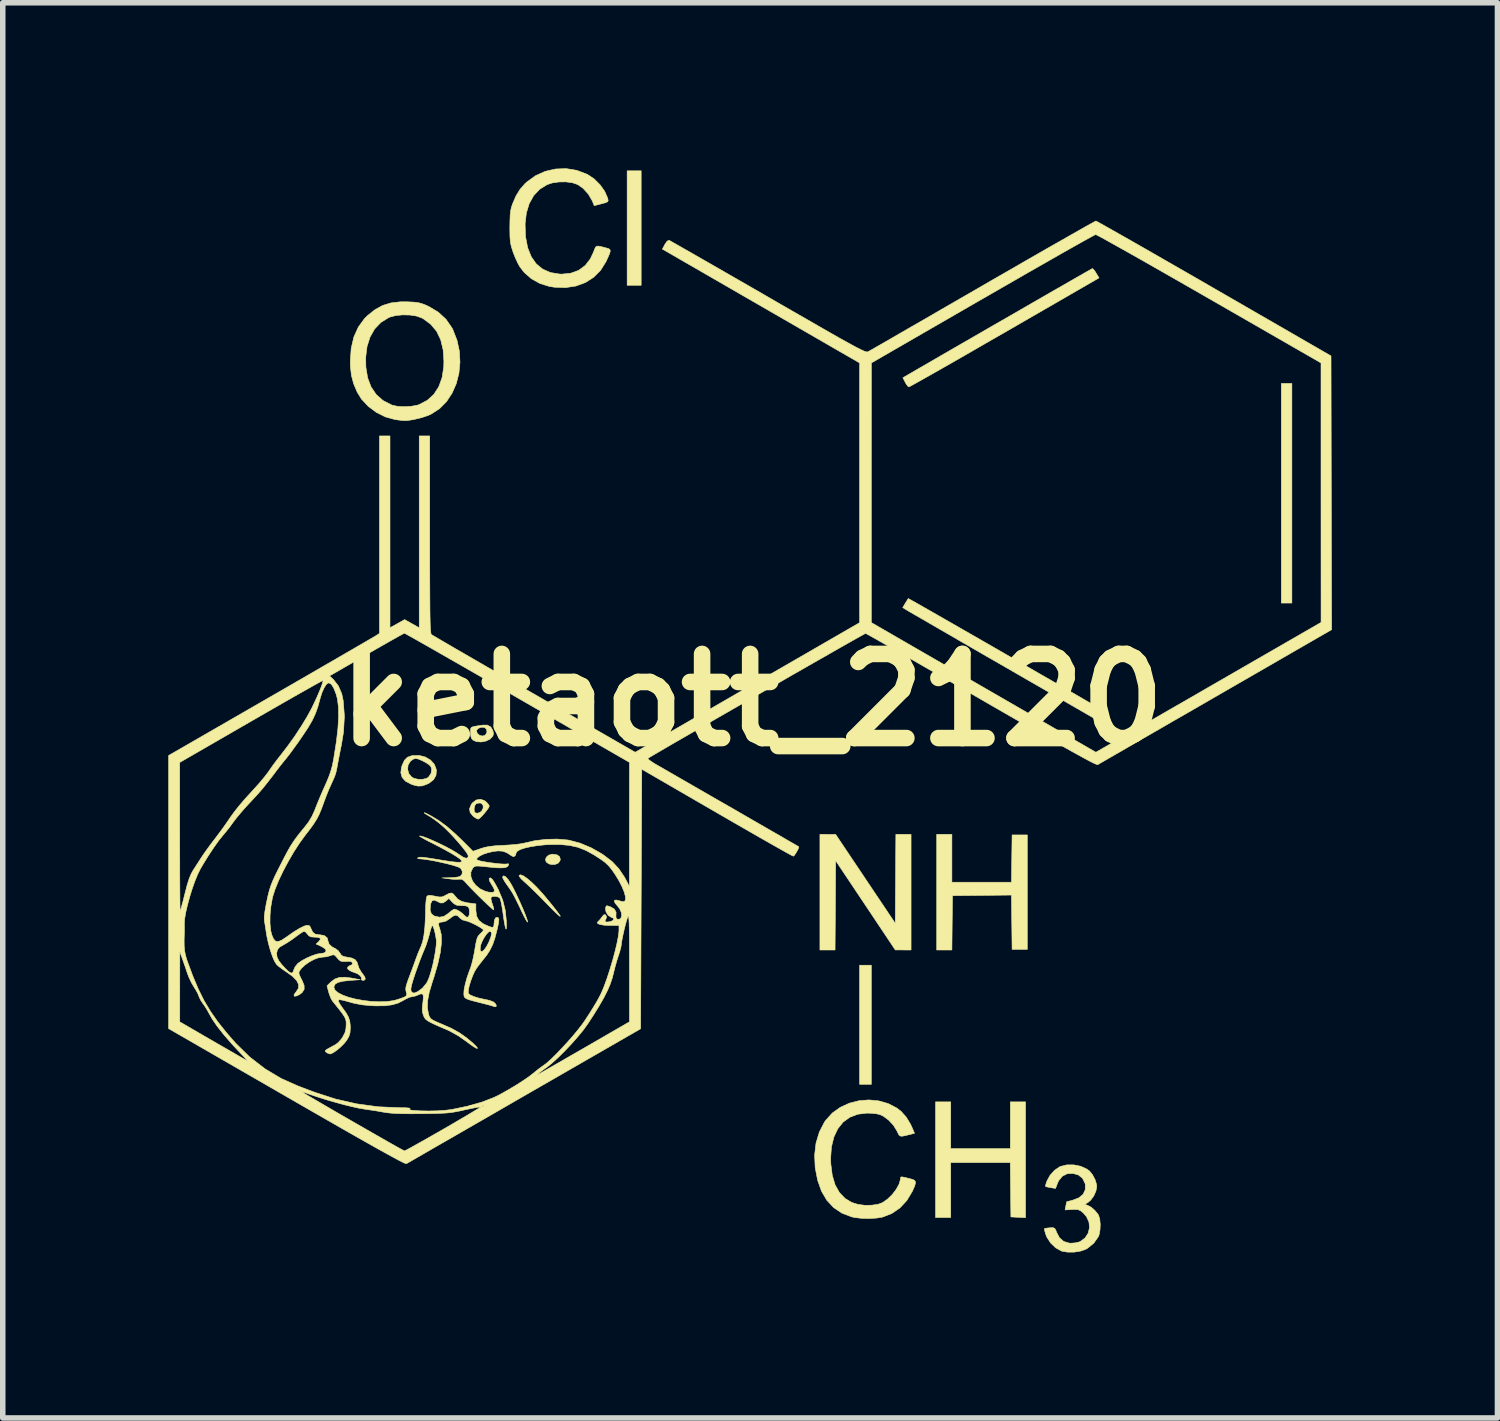
<source format=kicad_pcb>
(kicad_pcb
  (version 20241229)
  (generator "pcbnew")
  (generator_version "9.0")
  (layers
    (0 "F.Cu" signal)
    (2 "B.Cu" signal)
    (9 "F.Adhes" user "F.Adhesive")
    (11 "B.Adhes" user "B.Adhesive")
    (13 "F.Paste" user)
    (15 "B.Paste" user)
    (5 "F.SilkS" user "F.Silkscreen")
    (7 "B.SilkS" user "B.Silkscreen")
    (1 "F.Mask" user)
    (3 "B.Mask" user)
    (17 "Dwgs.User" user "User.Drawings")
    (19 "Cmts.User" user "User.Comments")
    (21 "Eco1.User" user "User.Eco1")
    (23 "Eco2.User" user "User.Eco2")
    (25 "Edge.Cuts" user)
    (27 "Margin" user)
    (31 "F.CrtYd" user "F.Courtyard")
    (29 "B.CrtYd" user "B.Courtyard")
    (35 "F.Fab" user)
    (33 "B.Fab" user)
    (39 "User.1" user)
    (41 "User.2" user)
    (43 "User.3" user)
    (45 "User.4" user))
  (footprint "ketaott_2120"
    (layer "F.Cu")
    (at 10.578 9.633)
    (property "Reference" "ketaott_2120" (at 0 0 0) (layer "F.SilkS") (effects (font (size 1.524 1.524) (thickness 0.3))))
    (attr through_hole)
    (fp_poly (pts (xy -2.011 -7.514) (xy -2.265 -7.514) (xy -2.265 -9.588) (xy -2.011 -9.588) (xy -2.011 -7.514)) (stroke (width 0.01) (type solid)) (fill yes) (layer "F.SilkS"))
    (fp_poly (pts (xy 2.159 6.964) (xy 1.947 6.964) (xy 1.947 4.805) (xy 2.159 4.805) (xy 2.159 6.964)) (stroke (width 0.01) (type solid)) (fill yes) (layer "F.SilkS"))
    (fp_poly (pts (xy 9.779 -1.757) (xy 9.588 -1.757) (xy 9.588 -5.736) (xy 9.779 -5.736) (xy 9.779 -1.757)) (stroke (width 0.01) (type solid)) (fill yes) (layer "F.SilkS"))
    (fp_poly (pts (xy 2.879 4.53) (xy 2.593 4.528) (xy 2.053 3.719) (xy 1.513 2.911) (xy 1.508 3.72) (xy 1.502 4.53) (xy 1.228 4.53) (xy 1.228 2.434) (xy 1.513 2.436) (xy 2.593 4.047) (xy 2.604 2.434) (xy 2.879 2.434) (xy 2.879 4.53)) (stroke (width 0.01) (type solid)) (fill yes) (layer "F.SilkS"))
    (fp_poly (pts (xy 3.598 8.128) (xy 4.678 8.128) (xy 4.678 7.281) (xy 4.953 7.281) (xy 4.953 9.379) (xy 4.821 9.373) (xy 4.688 9.366) (xy 4.677 8.382) (xy 3.598 8.382) (xy 3.598 9.377) (xy 3.323 9.377) (xy 3.323 7.281) (xy 3.598 7.281) (xy 3.598 8.128)) (stroke (width 0.01) (type solid)) (fill yes) (layer "F.SilkS"))
    (fp_poly (pts (xy -3.534 2.806) (xy -3.488 2.84) (xy -3.476 2.891) (xy -3.479 2.905) (xy -3.51 2.953) (xy -3.568 2.979) (xy -3.641 2.98) (xy -3.683 2.969) (xy -3.731 2.936) (xy -3.745 2.892) (xy -3.729 2.848) (xy -3.688 2.812) (xy -3.625 2.794) (xy -3.611 2.794) (xy -3.534 2.806)) (stroke (width 0.01) (type solid)) (fill yes) (layer "F.SilkS"))
    (fp_poly (pts (xy 3.619 3.302) (xy 4.698 3.302) (xy 4.71 2.445) (xy 4.985 2.445) (xy 4.985 4.519) (xy 4.71 4.519) (xy 4.704 4.027) (xy 4.698 3.534) (xy 4.164 3.54) (xy 3.63 3.545) (xy 3.624 4.038) (xy 3.619 4.53) (xy 3.344 4.53) (xy 3.344 2.434) (xy 3.619 2.434) (xy 3.619 3.302)) (stroke (width 0.01) (type solid)) (fill yes) (layer "F.SilkS"))
    (fp_poly (pts (xy -4.145 3.187) (xy -4.077 3.234) (xy -3.994 3.304) (xy -3.902 3.394) (xy -3.804 3.501) (xy -3.749 3.565) (xy -3.639 3.699) (xy -3.557 3.802) (xy -3.503 3.874) (xy -3.477 3.914) (xy -3.479 3.922) (xy -3.509 3.899) (xy -3.568 3.845) (xy -3.655 3.758) (xy -3.747 3.664) (xy -3.842 3.567) (xy -3.936 3.474) (xy -4.021 3.391) (xy -4.09 3.327) (xy -4.125 3.296) (xy -4.181 3.244) (xy -4.216 3.202) (xy -4.224 3.177) (xy -4.224 3.177) (xy -4.196 3.167) (xy -4.145 3.187)) (stroke (width 0.01) (type solid)) (fill yes) (layer "F.SilkS"))
    (fp_poly (pts (xy -4.467 3.202) (xy -4.419 3.256) (xy -4.375 3.323) (xy -4.339 3.387) (xy -4.296 3.473) (xy -4.248 3.573) (xy -4.2 3.678) (xy -4.155 3.781) (xy -4.116 3.876) (xy -4.087 3.953) (xy -4.07 4.005) (xy -4.068 4.024) (xy -4.079 4.015) (xy -4.104 3.974) (xy -4.138 3.909) (xy -4.168 3.848) (xy -4.226 3.724) (xy -4.272 3.63) (xy -4.308 3.559) (xy -4.339 3.502) (xy -4.37 3.453) (xy -4.404 3.403) (xy -4.434 3.361) (xy -4.479 3.296) (xy -4.51 3.242) (xy -4.523 3.21) (xy -4.523 3.207) (xy -4.502 3.185) (xy -4.467 3.202)) (stroke (width 0.01) (type solid)) (fill yes) (layer "F.SilkS"))
    (fp_poly (pts (xy -4.85 1.823) (xy -4.814 1.851) (xy -4.779 1.891) (xy -4.763 1.92) (xy -4.763 1.922) (xy -4.776 1.952) (xy -4.809 2) (xy -4.854 2.056) (xy -4.901 2.108) (xy -4.941 2.146) (xy -4.964 2.159) (xy -4.997 2.146) (xy -5.044 2.115) (xy -5.057 2.104) (xy -5.11 2.039) (xy -5.119 1.976) (xy -5.038 1.976) (xy -5.032 2.024) (xy -5.024 2.039) (xy -4.983 2.053) (xy -4.933 2.038) (xy -4.902 2.013) (xy -4.874 1.961) (xy -4.875 1.91) (xy -4.904 1.874) (xy -4.928 1.866) (xy -4.979 1.871) (xy -5.007 1.885) (xy -5.029 1.922) (xy -5.038 1.976) (xy -5.119 1.976) (xy -5.12 1.968) (xy -5.089 1.892) (xy -5.068 1.864) (xy -5 1.812) (xy -4.924 1.798) (xy -4.85 1.823)) (stroke (width 0.01) (type solid)) (fill yes) (layer "F.SilkS"))
    (fp_poly (pts (xy -4.796 0.455) (xy -4.736 0.489) (xy -4.7 0.548) (xy -4.685 0.607) (xy -4.698 0.654) (xy -4.748 0.708) (xy -4.825 0.745) (xy -4.912 0.761) (xy -4.997 0.754) (xy -5.054 0.729) (xy -5.084 0.698) (xy -5.098 0.653) (xy -5.101 0.592) (xy -5.102 0.56) (xy -4.995 0.56) (xy -4.978 0.609) (xy -4.934 0.642) (xy -4.881 0.653) (xy -4.833 0.634) (xy -4.83 0.631) (xy -4.805 0.583) (xy -4.811 0.534) (xy -4.844 0.5) (xy -4.856 0.496) (xy -4.912 0.495) (xy -4.962 0.514) (xy -4.993 0.546) (xy -4.995 0.56) (xy -5.102 0.56) (xy -5.102 0.546) (xy -5.099 0.516) (xy -5.086 0.496) (xy -5.054 0.483) (xy -4.998 0.472) (xy -4.909 0.459) (xy -4.879 0.454) (xy -4.796 0.455)) (stroke (width 0.01) (type solid)) (fill yes) (layer "F.SilkS"))
    (fp_poly (pts (xy 6.184 -7.803) (xy 6.215 -7.763) (xy 6.232 -7.735) (xy 6.285 -7.648) (xy 4.574 -6.66) (xy 4.326 -6.518) (xy 4.089 -6.381) (xy 3.865 -6.252) (xy 3.656 -6.132) (xy 3.465 -6.023) (xy 3.294 -5.926) (xy 3.147 -5.843) (xy 3.025 -5.774) (xy 2.932 -5.722) (xy 2.87 -5.688) (xy 2.841 -5.673) (xy 2.84 -5.673) (xy 2.816 -5.69) (xy 2.786 -5.733) (xy 2.774 -5.756) (xy 2.731 -5.839) (xy 2.895 -5.934) (xy 2.992 -5.991) (xy 3.116 -6.062) (xy 3.261 -6.146) (xy 3.426 -6.242) (xy 3.608 -6.347) (xy 3.802 -6.459) (xy 4.007 -6.577) (xy 4.218 -6.699) (xy 4.433 -6.823) (xy 4.649 -6.947) (xy 4.862 -7.07) (xy 5.07 -7.19) (xy 5.268 -7.304) (xy 5.455 -7.412) (xy 5.627 -7.51) (xy 5.78 -7.598) (xy 5.912 -7.674) (xy 6.02 -7.736) (xy 6.1 -7.781) (xy 6.149 -7.809) (xy 6.165 -7.817) (xy 6.184 -7.803)) (stroke (width 0.01) (type solid)) (fill yes) (layer "F.SilkS"))
    (fp_poly (pts (xy -5.92 1.034) (xy -5.827 1.089) (xy -5.759 1.164) (xy -5.724 1.256) (xy -5.721 1.271) (xy -5.728 1.365) (xy -5.772 1.443) (xy -5.854 1.507) (xy -5.893 1.526) (xy -5.977 1.556) (xy -6.054 1.56) (xy -6.14 1.539) (xy -6.179 1.525) (xy -6.281 1.471) (xy -6.342 1.403) (xy -6.366 1.318) (xy -6.358 1.257) (xy -6.242 1.257) (xy -6.221 1.333) (xy -6.172 1.394) (xy -6.131 1.418) (xy -6.054 1.437) (xy -5.971 1.437) (xy -5.899 1.42) (xy -5.864 1.398) (xy -5.818 1.33) (xy -5.806 1.256) (xy -5.821 1.207) (xy -5.854 1.172) (xy -5.914 1.133) (xy -5.985 1.096) (xy -6.053 1.068) (xy -6.102 1.059) (xy -6.142 1.073) (xy -6.189 1.107) (xy -6.192 1.11) (xy -6.234 1.178) (xy -6.242 1.257) (xy -6.358 1.257) (xy -6.352 1.215) (xy -6.34 1.179) (xy -6.3 1.092) (xy -6.248 1.039) (xy -6.174 1.011) (xy -6.149 1.007) (xy -6.03 1.005) (xy -5.92 1.034)) (stroke (width 0.01) (type solid)) (fill yes) (layer "F.SilkS"))
    (fp_poly (pts (xy 2.847 -1.829) (xy 2.898 -1.8) (xy 2.981 -1.754) (xy 3.091 -1.691) (xy 3.225 -1.615) (xy 3.38 -1.526) (xy 3.553 -1.427) (xy 3.741 -1.319) (xy 3.94 -1.205) (xy 4.149 -1.085) (xy 4.363 -0.962) (xy 4.58 -0.837) (xy 4.796 -0.713) (xy 5.008 -0.591) (xy 5.213 -0.472) (xy 5.409 -0.36) (xy 5.591 -0.254) (xy 5.757 -0.158) (xy 5.905 -0.073) (xy 6.029 -0.000421) (xy 6.128 0.057) (xy 6.199 0.099) (xy 6.238 0.122) (xy 6.241 0.124) (xy 6.259 0.158) (xy 6.244 0.213) (xy 6.207 0.27) (xy 6.17 0.317) (xy 4.498 -0.648) (xy 4.252 -0.789) (xy 4.017 -0.925) (xy 3.794 -1.054) (xy 3.586 -1.175) (xy 3.395 -1.285) (xy 3.226 -1.383) (xy 3.079 -1.468) (xy 2.958 -1.538) (xy 2.866 -1.591) (xy 2.805 -1.627) (xy 2.778 -1.643) (xy 2.777 -1.644) (xy 2.728 -1.674) (xy 2.775 -1.753) (xy 2.806 -1.802) (xy 2.825 -1.834) (xy 2.828 -1.838) (xy 2.847 -1.829)) (stroke (width 0.01) (type solid)) (fill yes) (layer "F.SilkS"))
    (fp_poly (pts (xy 2.293 7.263) (xy 2.464 7.312) (xy 2.62 7.393) (xy 2.699 7.454) (xy 2.789 7.554) (xy 2.871 7.689) (xy 2.909 7.773) (xy 2.942 7.851) (xy 2.863 7.871) (xy 2.774 7.893) (xy 2.718 7.904) (xy 2.683 7.9) (xy 2.66 7.881) (xy 2.639 7.842) (xy 2.624 7.809) (xy 2.559 7.704) (xy 2.472 7.611) (xy 2.376 7.54) (xy 2.316 7.512) (xy 2.251 7.497) (xy 2.164 7.488) (xy 2.083 7.485) (xy 1.915 7.505) (xy 1.77 7.56) (xy 1.648 7.648) (xy 1.552 7.768) (xy 1.481 7.918) (xy 1.437 8.096) (xy 1.422 8.3) (xy 1.425 8.403) (xy 1.451 8.61) (xy 1.502 8.783) (xy 1.58 8.923) (xy 1.684 9.032) (xy 1.804 9.104) (xy 1.912 9.138) (xy 2.037 9.155) (xy 2.165 9.154) (xy 2.281 9.137) (xy 2.36 9.108) (xy 2.45 9.046) (xy 2.535 8.964) (xy 2.608 8.87) (xy 2.661 8.775) (xy 2.686 8.689) (xy 2.688 8.671) (xy 2.689 8.652) (xy 2.698 8.642) (xy 2.723 8.642) (xy 2.77 8.651) (xy 2.848 8.671) (xy 2.884 8.68) (xy 2.932 8.697) (xy 2.956 8.721) (xy 2.958 8.761) (xy 2.938 8.822) (xy 2.901 8.905) (xy 2.802 9.069) (xy 2.677 9.203) (xy 2.529 9.304) (xy 2.366 9.368) (xy 2.253 9.387) (xy 2.118 9.395) (xy 1.979 9.391) (xy 1.853 9.376) (xy 1.804 9.365) (xy 1.627 9.298) (xy 1.477 9.197) (xy 1.353 9.064) (xy 1.256 8.899) (xy 1.186 8.7) (xy 1.142 8.473) (xy 1.132 8.246) (xy 1.157 8.03) (xy 1.217 7.829) (xy 1.309 7.65) (xy 1.333 7.616) (xy 1.452 7.484) (xy 1.596 7.381) (xy 1.759 7.306) (xy 1.934 7.261) (xy 2.114 7.246) (xy 2.293 7.263)) (stroke (width 0.01) (type solid)) (fill yes) (layer "F.SilkS"))
    (fp_poly (pts (xy -6.236 -7.214) (xy -6.132 -7.209) (xy -6.055 -7.2) (xy -5.99 -7.184) (xy -5.921 -7.158) (xy -5.858 -7.129) (xy -5.686 -7.026) (xy -5.547 -6.898) (xy -5.439 -6.742) (xy -5.422 -6.709) (xy -5.347 -6.516) (xy -5.304 -6.316) (xy -5.294 -6.116) (xy -5.313 -5.919) (xy -5.361 -5.732) (xy -5.437 -5.559) (xy -5.538 -5.406) (xy -5.664 -5.279) (xy -5.813 -5.182) (xy -5.835 -5.171) (xy -5.926 -5.136) (xy -6.035 -5.104) (xy -6.146 -5.079) (xy -6.245 -5.064) (xy -6.297 -5.062) (xy -6.355 -5.066) (xy -6.432 -5.076) (xy -6.477 -5.083) (xy -6.647 -5.13) (xy -6.81 -5.212) (xy -6.956 -5.321) (xy -7.078 -5.452) (xy -7.155 -5.576) (xy -7.22 -5.729) (xy -7.26 -5.878) (xy -7.279 -6.04) (xy -7.281 -6.139) (xy -7.276 -6.207) (xy -7.002 -6.207) (xy -6.999 -6.03) (xy -6.967 -5.837) (xy -6.904 -5.671) (xy -6.811 -5.534) (xy -6.687 -5.425) (xy -6.534 -5.347) (xy -6.522 -5.342) (xy -6.427 -5.321) (xy -6.31 -5.314) (xy -6.187 -5.32) (xy -6.077 -5.339) (xy -6.035 -5.352) (xy -5.887 -5.429) (xy -5.768 -5.537) (xy -5.678 -5.675) (xy -5.618 -5.841) (xy -5.588 -6.035) (xy -5.585 -6.134) (xy -5.599 -6.345) (xy -5.643 -6.526) (xy -5.716 -6.679) (xy -5.821 -6.805) (xy -5.956 -6.906) (xy -5.99 -6.924) (xy -6.084 -6.957) (xy -6.202 -6.975) (xy -6.332 -6.978) (xy -6.457 -6.966) (xy -6.563 -6.938) (xy -6.585 -6.929) (xy -6.726 -6.842) (xy -6.839 -6.724) (xy -6.923 -6.577) (xy -6.978 -6.404) (xy -7.002 -6.207) (xy -7.276 -6.207) (xy -7.265 -6.37) (xy -7.217 -6.576) (xy -7.136 -6.756) (xy -7.025 -6.909) (xy -6.971 -6.963) (xy -6.834 -7.072) (xy -6.694 -7.149) (xy -6.542 -7.195) (xy -6.37 -7.215) (xy -6.236 -7.214)) (stroke (width 0.01) (type solid)) (fill yes) (layer "F.SilkS"))
    (fp_poly (pts (xy -3.179 -9.597) (xy -2.996 -9.528) (xy -2.978 -9.519) (xy -2.861 -9.44) (xy -2.756 -9.335) (xy -2.672 -9.217) (xy -2.619 -9.096) (xy -2.614 -9.078) (xy -2.609 -9.048) (xy -2.619 -9.028) (xy -2.652 -9.012) (xy -2.717 -8.994) (xy -2.731 -8.99) (xy -2.861 -8.957) (xy -2.899 -9.048) (xy -2.968 -9.166) (xy -3.062 -9.27) (xy -3.162 -9.34) (xy -3.257 -9.372) (xy -3.375 -9.388) (xy -3.503 -9.386) (xy -3.625 -9.368) (xy -3.715 -9.338) (xy -3.85 -9.254) (xy -3.958 -9.139) (xy -4.039 -8.995) (xy -4.091 -8.824) (xy -4.114 -8.628) (xy -4.107 -8.41) (xy -4.104 -8.384) (xy -4.067 -8.192) (xy -4.002 -8.031) (xy -3.912 -7.902) (xy -3.796 -7.807) (xy -3.656 -7.745) (xy -3.491 -7.718) (xy -3.45 -7.716) (xy -3.285 -7.733) (xy -3.143 -7.785) (xy -3.024 -7.873) (xy -2.931 -7.994) (xy -2.875 -8.114) (xy -2.853 -8.172) (xy -2.835 -8.208) (xy -2.811 -8.224) (xy -2.771 -8.222) (xy -2.706 -8.207) (xy -2.639 -8.189) (xy -2.599 -8.177) (xy -2.576 -8.16) (xy -2.571 -8.132) (xy -2.584 -8.086) (xy -2.615 -8.015) (xy -2.65 -7.939) (xy -2.747 -7.784) (xy -2.872 -7.659) (xy -3.021 -7.564) (xy -3.192 -7.501) (xy -3.381 -7.472) (xy -3.583 -7.479) (xy -3.677 -7.494) (xy -3.846 -7.547) (xy -4 -7.633) (xy -4.13 -7.747) (xy -4.208 -7.847) (xy -4.247 -7.917) (xy -4.29 -8.01) (xy -4.328 -8.106) (xy -4.332 -8.117) (xy -4.356 -8.192) (xy -4.373 -8.256) (xy -4.383 -8.321) (xy -4.388 -8.4) (xy -4.39 -8.503) (xy -4.39 -8.572) (xy -4.388 -8.698) (xy -4.384 -8.791) (xy -4.376 -8.864) (xy -4.362 -8.925) (xy -4.343 -8.984) (xy -4.279 -9.133) (xy -4.205 -9.253) (xy -4.114 -9.357) (xy -4.085 -9.383) (xy -3.927 -9.498) (xy -3.751 -9.578) (xy -3.563 -9.621) (xy -3.37 -9.628) (xy -3.179 -9.597)) (stroke (width 0.01) (type solid)) (fill yes) (layer "F.SilkS"))
    (fp_poly (pts (xy 5.952 8.448) (xy 6.062 8.498) (xy 6.114 8.536) (xy 6.168 8.604) (xy 6.213 8.69) (xy 6.24 8.777) (xy 6.244 8.815) (xy 6.229 8.897) (xy 6.19 8.985) (xy 6.135 9.06) (xy 6.092 9.098) (xy 6.027 9.139) (xy 6.077 9.155) (xy 6.141 9.189) (xy 6.208 9.247) (xy 6.264 9.315) (xy 6.278 9.339) (xy 6.298 9.407) (xy 6.307 9.499) (xy 6.303 9.596) (xy 6.288 9.683) (xy 6.274 9.722) (xy 6.191 9.84) (xy 6.08 9.932) (xy 6.043 9.953) (xy 5.948 9.986) (xy 5.833 10.004) (xy 5.716 10.004) (xy 5.615 9.987) (xy 5.601 9.982) (xy 5.499 9.925) (xy 5.408 9.838) (xy 5.341 9.735) (xy 5.322 9.689) (xy 5.304 9.629) (xy 5.295 9.588) (xy 5.296 9.577) (xy 5.32 9.571) (xy 5.371 9.565) (xy 5.395 9.563) (xy 5.452 9.561) (xy 5.483 9.574) (xy 5.504 9.611) (xy 5.514 9.641) (xy 5.568 9.743) (xy 5.644 9.81) (xy 5.742 9.84) (xy 5.78 9.842) (xy 5.856 9.836) (xy 5.925 9.82) (xy 5.947 9.811) (xy 6.034 9.745) (xy 6.089 9.659) (xy 6.112 9.56) (xy 6.102 9.457) (xy 6.057 9.36) (xy 5.998 9.292) (xy 5.95 9.254) (xy 5.909 9.235) (xy 5.855 9.23) (xy 5.796 9.232) (xy 5.67 9.239) (xy 5.684 9.165) (xy 5.694 9.116) (xy 5.7 9.091) (xy 5.701 9.09) (xy 5.722 9.085) (xy 5.771 9.073) (xy 5.81 9.062) (xy 5.921 9.019) (xy 5.996 8.956) (xy 6.035 8.875) (xy 6.036 8.779) (xy 6.03 8.754) (xy 5.986 8.666) (xy 5.911 8.606) (xy 5.813 8.578) (xy 5.707 8.584) (xy 5.62 8.628) (xy 5.555 8.708) (xy 5.533 8.755) (xy 5.497 8.85) (xy 5.41 8.836) (xy 5.354 8.825) (xy 5.319 8.816) (xy 5.315 8.814) (xy 5.317 8.792) (xy 5.331 8.743) (xy 5.342 8.714) (xy 5.399 8.61) (xy 5.481 8.52) (xy 5.575 8.456) (xy 5.587 8.451) (xy 5.7 8.423) (xy 5.827 8.423) (xy 5.952 8.448)) (stroke (width 0.01) (type solid)) (fill yes) (layer "F.SilkS"))
    (fp_poly (pts (xy -5.409 3.519) (xy -5.389 3.545) (xy -5.333 3.609) (xy -5.257 3.651) (xy -5.151 3.676) (xy -5.131 3.678) (xy -5.006 3.694) (xy -5.006 3.814) (xy -4.993 3.916) (xy -4.952 3.993) (xy -4.877 4.052) (xy -4.839 4.071) (xy -4.761 4.105) (xy -4.713 4.119) (xy -4.688 4.113) (xy -4.679 4.087) (xy -4.678 4.067) (xy -4.67 3.989) (xy -4.647 3.945) (xy -4.624 3.937) (xy -4.601 3.944) (xy -4.59 3.97) (xy -4.592 4.021) (xy -4.608 4.103) (xy -4.62 4.156) (xy -4.66 4.31) (xy -4.702 4.433) (xy -4.751 4.533) (xy -4.809 4.623) (xy -4.836 4.657) (xy -4.895 4.731) (xy -4.954 4.806) (xy -4.992 4.858) (xy -5.03 4.921) (xy -5.067 5.004) (xy -5.1 5.094) (xy -5.127 5.182) (xy -5.142 5.256) (xy -5.144 5.307) (xy -5.141 5.317) (xy -5.108 5.344) (xy -5.042 5.373) (xy -4.952 5.401) (xy -4.844 5.425) (xy -4.815 5.43) (xy -4.748 5.447) (xy -4.69 5.47) (xy -4.683 5.474) (xy -4.649 5.506) (xy -4.635 5.537) (xy -4.642 5.558) (xy -4.672 5.556) (xy -4.673 5.555) (xy -4.712 5.542) (xy -4.778 5.523) (xy -4.837 5.508) (xy -4.97 5.474) (xy -5.068 5.449) (xy -5.136 5.429) (xy -5.18 5.411) (xy -5.205 5.393) (xy -5.218 5.373) (xy -5.222 5.348) (xy -5.224 5.328) (xy -5.22 5.255) (xy -5.2 5.154) (xy -5.168 5.036) (xy -5.124 4.909) (xy -5.104 4.858) (xy -5.083 4.791) (xy -5.059 4.697) (xy -5.037 4.591) (xy -5.025 4.524) (xy -4.928 4.524) (xy -4.916 4.556) (xy -4.889 4.555) (xy -4.852 4.523) (xy -4.81 4.463) (xy -4.771 4.388) (xy -4.734 4.294) (xy -4.722 4.23) (xy -4.735 4.196) (xy -4.752 4.191) (xy -4.783 4.209) (xy -4.822 4.254) (xy -4.863 4.317) (xy -4.898 4.385) (xy -4.921 4.447) (xy -4.923 4.458) (xy -4.928 4.524) (xy -5.025 4.524) (xy -5.025 4.521) (xy -5.007 4.417) (xy -4.992 4.345) (xy -4.975 4.297) (xy -4.954 4.264) (xy -4.928 4.238) (xy -4.89 4.199) (xy -4.869 4.172) (xy -4.868 4.168) (xy -4.886 4.148) (xy -4.932 4.117) (xy -4.996 4.081) (xy -5.065 4.047) (xy -5.131 4.018) (xy -5.181 4.002) (xy -5.195 4) (xy -5.252 3.983) (xy -5.296 3.948) (xy -5.34 3.907) (xy -5.382 3.899) (xy -5.432 3.924) (xy -5.475 3.958) (xy -5.546 4.005) (xy -5.609 4.022) (xy -5.662 4.028) (xy -5.683 4.053) (xy -5.674 4.103) (xy -5.662 4.135) (xy -5.633 4.25) (xy -5.629 4.395) (xy -5.65 4.573) (xy -5.696 4.783) (xy -5.767 5.026) (xy -5.798 5.119) (xy -5.851 5.297) (xy -5.88 5.448) (xy -5.884 5.578) (xy -5.864 5.691) (xy -5.857 5.714) (xy -5.843 5.747) (xy -5.821 5.774) (xy -5.786 5.8) (xy -5.728 5.828) (xy -5.64 5.866) (xy -5.609 5.879) (xy -5.444 5.952) (xy -5.306 6.029) (xy -5.179 6.118) (xy -5.069 6.209) (xy -5.008 6.267) (xy -4.979 6.302) (xy -4.98 6.315) (xy -5.007 6.305) (xy -5.059 6.273) (xy -5.133 6.22) (xy -5.168 6.193) (xy -5.321 6.086) (xy -5.479 5.998) (xy -5.524 5.977) (xy -5.658 5.92) (xy -5.759 5.875) (xy -5.831 5.84) (xy -5.881 5.811) (xy -5.914 5.786) (xy -5.935 5.759) (xy -5.95 5.729) (xy -5.955 5.717) (xy -5.973 5.66) (xy -5.978 5.599) (xy -5.971 5.517) (xy -5.967 5.492) (xy -5.958 5.4) (xy -5.961 5.345) (xy -5.981 5.323) (xy -6.019 5.329) (xy -6.05 5.343) (xy -6.11 5.366) (xy -6.164 5.376) (xy -6.165 5.376) (xy -6.21 5.387) (xy -6.273 5.416) (xy -6.317 5.441) (xy -6.413 5.491) (xy -6.524 5.523) (xy -6.655 5.54) (xy -6.817 5.542) (xy -6.891 5.539) (xy -7.06 5.524) (xy -7.205 5.497) (xy -7.301 5.471) (xy -7.393 5.445) (xy -7.46 5.432) (xy -7.495 5.433) (xy -7.496 5.435) (xy -7.495 5.462) (xy -7.467 5.514) (xy -7.421 5.581) (xy -7.355 5.673) (xy -7.314 5.747) (xy -7.291 5.817) (xy -7.282 5.896) (xy -7.281 5.946) (xy -7.286 6.029) (xy -7.306 6.095) (xy -7.346 6.165) (xy -7.393 6.224) (xy -7.456 6.287) (xy -7.524 6.344) (xy -7.588 6.389) (xy -7.637 6.412) (xy -7.648 6.413) (xy -7.686 6.402) (xy -7.714 6.385) (xy -7.736 6.365) (xy -7.731 6.348) (xy -7.694 6.323) (xy -7.681 6.316) (xy -7.614 6.279) (xy -7.55 6.245) (xy -7.547 6.243) (xy -7.5 6.207) (xy -7.448 6.149) (xy -7.42 6.109) (xy -7.378 6.029) (xy -7.36 5.953) (xy -7.356 5.887) (xy -7.356 5.843) (xy -7.36 5.806) (xy -7.371 5.77) (xy -7.392 5.73) (xy -7.427 5.678) (xy -7.48 5.609) (xy -7.554 5.516) (xy -7.605 5.453) (xy -7.632 5.406) (xy -7.659 5.337) (xy -7.673 5.293) (xy -7.703 5.179) (xy -7.633 5.11) (xy -7.562 5.056) (xy -7.479 5.027) (xy -7.375 5.023) (xy -7.252 5.039) (xy -7.101 5.068) (xy -7.299 5.082) (xy -7.421 5.096) (xy -7.505 5.118) (xy -7.555 5.148) (xy -7.576 5.191) (xy -7.578 5.207) (xy -7.558 5.257) (xy -7.501 5.305) (xy -7.415 5.349) (xy -7.306 5.388) (xy -7.179 5.42) (xy -7.04 5.445) (xy -6.897 5.462) (xy -6.755 5.468) (xy -6.621 5.464) (xy -6.5 5.447) (xy -6.435 5.43) (xy -6.346 5.4) (xy -6.292 5.378) (xy -6.265 5.357) (xy -6.258 5.331) (xy -6.266 5.296) (xy -6.269 5.287) (xy -6.274 5.261) (xy -6.183 5.261) (xy -6.179 5.274) (xy -6.154 5.305) (xy -6.12 5.309) (xy -6.066 5.287) (xy -6.058 5.283) (xy -5.973 5.22) (xy -5.9 5.131) (xy -5.883 5.101) (xy -5.851 5.024) (xy -5.818 4.919) (xy -5.786 4.797) (xy -5.759 4.669) (xy -5.737 4.545) (xy -5.724 4.438) (xy -5.722 4.357) (xy -5.724 4.341) (xy -5.738 4.254) (xy -5.756 4.176) (xy -5.775 4.117) (xy -5.791 4.087) (xy -5.795 4.085) (xy -5.807 4.104) (xy -5.824 4.155) (xy -5.844 4.227) (xy -5.849 4.249) (xy -5.878 4.35) (xy -5.913 4.456) (xy -5.948 4.54) (xy -5.977 4.609) (xy -6.015 4.706) (xy -6.057 4.819) (xy -6.098 4.935) (xy -6.104 4.951) (xy -6.144 5.074) (xy -6.17 5.162) (xy -6.182 5.223) (xy -6.183 5.261) (xy -6.274 5.261) (xy -6.276 5.248) (xy -6.274 5.205) (xy -6.259 5.148) (xy -6.231 5.066) (xy -6.212 5.016) (xy -6.173 4.911) (xy -6.132 4.802) (xy -6.098 4.707) (xy -6.087 4.677) (xy -6.056 4.593) (xy -6.023 4.515) (xy -6.001 4.466) (xy -5.971 4.383) (xy -5.947 4.263) (xy -5.93 4.11) (xy -5.92 3.93) (xy -5.917 3.826) (xy -5.917 3.808) (xy -5.835 3.808) (xy -5.811 3.876) (xy -5.761 3.913) (xy -5.667 3.935) (xy -5.588 3.922) (xy -5.51 3.871) (xy -5.501 3.863) (xy -5.45 3.821) (xy -5.41 3.794) (xy -5.396 3.789) (xy -5.351 3.802) (xy -5.293 3.834) (xy -5.24 3.876) (xy -5.223 3.893) (xy -5.178 3.933) (xy -5.145 3.934) (xy -5.126 3.894) (xy -5.122 3.844) (xy -5.127 3.783) (xy -5.145 3.748) (xy -5.187 3.73) (xy -5.261 3.725) (xy -5.282 3.725) (xy -5.351 3.719) (xy -5.401 3.693) (xy -5.434 3.661) (xy -5.495 3.596) (xy -5.545 3.64) (xy -5.599 3.676) (xy -5.65 3.677) (xy -5.705 3.649) (xy -5.761 3.625) (xy -5.801 3.64) (xy -5.826 3.694) (xy -5.829 3.712) (xy -5.835 3.808) (xy -5.917 3.808) (xy -5.914 3.702) (xy -5.906 3.613) (xy -5.895 3.562) (xy -5.89 3.553) (xy -5.864 3.54) (xy -5.818 3.541) (xy -5.747 3.554) (xy -5.676 3.568) (xy -5.629 3.569) (xy -5.588 3.555) (xy -5.554 3.537) (xy -5.488 3.503) (xy -5.443 3.497) (xy -5.409 3.519)) (stroke (width 0.01) (type solid)) (fill yes) (layer "F.SilkS"))
    (fp_poly (pts (xy 6.25 -8.668) (xy 6.306 -8.637) (xy 6.393 -8.588) (xy 6.511 -8.522) (xy 6.655 -8.44) (xy 6.825 -8.344) (xy 7.018 -8.234) (xy 7.231 -8.112) (xy 7.462 -7.979) (xy 7.708 -7.838) (xy 7.969 -7.688) (xy 8.24 -7.532) (xy 8.371 -7.456) (xy 10.488 -6.234) (xy 10.493 -3.754) (xy 10.499 -1.274) (xy 8.398 -0.062) (xy 8.123 0.097) (xy 7.858 0.25) (xy 7.605 0.395) (xy 7.367 0.533) (xy 7.145 0.661) (xy 6.943 0.777) (xy 6.763 0.882) (xy 6.607 0.972) (xy 6.477 1.047) (xy 6.375 1.106) (xy 6.305 1.146) (xy 6.268 1.168) (xy 6.263 1.171) (xy 6.25 1.17) (xy 6.222 1.16) (xy 6.177 1.139) (xy 6.113 1.107) (xy 6.03 1.062) (xy 5.924 1.004) (xy 5.795 0.933) (xy 5.64 0.846) (xy 5.459 0.743) (xy 5.249 0.623) (xy 5.009 0.485) (xy 4.737 0.329) (xy 4.431 0.153) (xy 4.154 -0.007) (xy 3.881 -0.165) (xy 3.618 -0.317) (xy 3.368 -0.461) (xy 3.132 -0.596) (xy 2.913 -0.722) (xy 2.714 -0.836) (xy 2.537 -0.937) (xy 2.383 -1.024) (xy 2.257 -1.096) (xy 2.158 -1.151) (xy 2.092 -1.188) (xy 2.058 -1.205) (xy 2.055 -1.207) (xy 2.034 -1.196) (xy 1.98 -1.166) (xy 1.895 -1.119) (xy 1.782 -1.055) (xy 1.644 -0.977) (xy 1.484 -0.886) (xy 1.305 -0.783) (xy 1.109 -0.672) (xy 0.9 -0.552) (xy 0.681 -0.427) (xy 0.454 -0.296) (xy 0.222 -0.164) (xy -0.011 -0.03) (xy -0.244 0.104) (xy -0.472 0.235) (xy -0.693 0.362) (xy -0.904 0.484) (xy -1.103 0.599) (xy -1.285 0.704) (xy -1.45 0.799) (xy -1.592 0.882) (xy -1.71 0.951) (xy -1.801 1.004) (xy -1.862 1.04) (xy -1.889 1.058) (xy -1.89 1.058) (xy -1.881 1.074) (xy -1.841 1.105) (xy -1.779 1.146) (xy -1.742 1.168) (xy -1.695 1.195) (xy -1.615 1.241) (xy -1.505 1.304) (xy -1.369 1.383) (xy -1.212 1.473) (xy -1.035 1.575) (xy -0.844 1.685) (xy -0.641 1.802) (xy -0.43 1.923) (xy -0.37 1.957) (xy -0.163 2.077) (xy 0.033 2.19) (xy 0.215 2.295) (xy 0.38 2.39) (xy 0.525 2.473) (xy 0.646 2.544) (xy 0.742 2.599) (xy 0.808 2.637) (xy 0.842 2.657) (xy 0.845 2.66) (xy 0.842 2.681) (xy 0.822 2.723) (xy 0.794 2.771) (xy 0.767 2.812) (xy 0.748 2.83) (xy 0.727 2.821) (xy 0.672 2.792) (xy 0.587 2.745) (xy 0.474 2.681) (xy 0.336 2.603) (xy 0.176 2.512) (xy -0.004 2.409) (xy -0.2 2.296) (xy -0.41 2.175) (xy -0.63 2.048) (xy -0.635 2.045) (xy -2 1.254) (xy -2.011 3.605) (xy -2.021 5.957) (xy -4.128 7.17) (xy -4.403 7.329) (xy -4.668 7.482) (xy -4.921 7.628) (xy -5.16 7.765) (xy -5.381 7.893) (xy -5.583 8.009) (xy -5.764 8.113) (xy -5.921 8.204) (xy -6.051 8.279) (xy -6.152 8.337) (xy -6.223 8.378) (xy -6.26 8.399) (xy -6.265 8.402) (xy -6.283 8.398) (xy -6.325 8.379) (xy -6.393 8.345) (xy -6.488 8.294) (xy -6.61 8.227) (xy -6.762 8.143) (xy -6.943 8.041) (xy -7.156 7.921) (xy -7.4 7.782) (xy -7.677 7.623) (xy -7.989 7.444) (xy -8.336 7.244) (xy -8.435 7.187) (xy -8.591 7.097) (xy -8.163 7.097) (xy -8.146 7.109) (xy -8.097 7.139) (xy -8.02 7.185) (xy -7.918 7.244) (xy -7.797 7.315) (xy -7.659 7.395) (xy -7.51 7.482) (xy -7.354 7.572) (xy -7.194 7.664) (xy -7.035 7.755) (xy -6.882 7.843) (xy -6.738 7.925) (xy -6.607 8) (xy -6.494 8.064) (xy -6.403 8.115) (xy -6.338 8.15) (xy -6.303 8.168) (xy -6.299 8.17) (xy -6.277 8.16) (xy -6.222 8.131) (xy -6.139 8.085) (xy -6.032 8.025) (xy -5.905 7.954) (xy -5.762 7.872) (xy -5.608 7.784) (xy -5.594 7.776) (xy -5.44 7.687) (xy -5.299 7.604) (xy -5.174 7.531) (xy -5.069 7.468) (xy -4.989 7.42) (xy -4.937 7.387) (xy -4.918 7.373) (xy -4.918 7.373) (xy -4.941 7.374) (xy -4.997 7.383) (xy -5.079 7.399) (xy -5.179 7.42) (xy -5.211 7.427) (xy -5.304 7.448) (xy -5.384 7.463) (xy -5.459 7.475) (xy -5.537 7.483) (xy -5.625 7.488) (xy -5.734 7.492) (xy -5.87 7.494) (xy -6.002 7.496) (xy -6.183 7.497) (xy -6.329 7.496) (xy -6.446 7.492) (xy -6.542 7.486) (xy -6.623 7.477) (xy -6.69 7.466) (xy -6.803 7.446) (xy -6.927 7.427) (xy -7.037 7.411) (xy -7.042 7.41) (xy -7.129 7.395) (xy -7.246 7.369) (xy -7.385 7.335) (xy -7.536 7.294) (xy -7.69 7.25) (xy -7.838 7.204) (xy -7.971 7.16) (xy -8.018 7.144) (xy -8.088 7.119) (xy -8.139 7.103) (xy -8.163 7.097) (xy -8.163 7.097) (xy -8.591 7.097) (xy -8.62 7.08) (xy -8.213 7.08) (xy -8.202 7.091) (xy -8.191 7.08) (xy -8.202 7.07) (xy -8.213 7.08) (xy -8.62 7.08) (xy -10.573 5.954) (xy -10.573 5.831) (xy -10.371 5.831) (xy -9.763 6.184) (xy -9.617 6.268) (xy -9.483 6.345) (xy -9.366 6.413) (xy -9.269 6.469) (xy -9.197 6.509) (xy -9.155 6.533) (xy -9.145 6.539) (xy -9.154 6.525) (xy -9.186 6.489) (xy -9.236 6.435) (xy -9.262 6.408) (xy -9.429 6.23) (xy -9.574 6.062) (xy -9.694 5.91) (xy -9.785 5.777) (xy -9.832 5.694) (xy -9.875 5.615) (xy -9.923 5.539) (xy -9.95 5.502) (xy -9.99 5.442) (xy -10.019 5.383) (xy -10.024 5.368) (xy -10.044 5.319) (xy -10.08 5.253) (xy -10.112 5.202) (xy -10.158 5.124) (xy -10.204 5.027) (xy -10.236 4.944) (xy -10.267 4.849) (xy -10.302 4.75) (xy -10.327 4.678) (xy -10.37 4.561) (xy -10.371 5.196) (xy -10.371 5.831) (xy -10.573 5.831) (xy -10.573 4.35) (xy -10.292 4.35) (xy -10.291 4.456) (xy -10.283 4.543) (xy -10.268 4.621) (xy -10.245 4.702) (xy -10.235 4.731) (xy -10.136 4.998) (xy -10.037 5.233) (xy -9.932 5.445) (xy -9.814 5.642) (xy -9.68 5.834) (xy -9.523 6.03) (xy -9.357 6.22) (xy -9.103 6.469) (xy -8.827 6.682) (xy -8.531 6.859) (xy -8.232 6.992) (xy -8.146 7.025) (xy -8.04 7.065) (xy -7.935 7.104) (xy -7.916 7.111) (xy -7.549 7.23) (xy -7.166 7.317) (xy -6.779 7.37) (xy -6.398 7.387) (xy -6.392 7.387) (xy -6.285 7.388) (xy -6.22 7.393) (xy -6.197 7.401) (xy -6.201 7.406) (xy -6.21 7.42) (xy -6.183 7.43) (xy -6.148 7.435) (xy -6.015 7.444) (xy -5.865 7.447) (xy -5.711 7.444) (xy -5.569 7.435) (xy -5.453 7.421) (xy -5.445 7.42) (xy -5.154 7.359) (xy -5.141 7.355) (xy -4.889 7.355) (xy -4.879 7.366) (xy -4.868 7.355) (xy -4.879 7.345) (xy -4.889 7.355) (xy -5.141 7.355) (xy -4.897 7.286) (xy -4.677 7.201) (xy -4.575 7.151) (xy -4.422 7.065) (xy -4.274 6.977) (xy -4.141 6.891) (xy -4.029 6.814) (xy -4.018 6.805) (xy -3.937 6.805) (xy -3.926 6.816) (xy -3.916 6.805) (xy -3.926 6.795) (xy -3.937 6.805) (xy -4.018 6.805) (xy -3.994 6.786) (xy -3.895 6.786) (xy -3.878 6.782) (xy -3.836 6.761) (xy -3.793 6.737) (xy -3.752 6.713) (xy -3.679 6.671) (xy -3.579 6.613) (xy -3.456 6.543) (xy -3.315 6.461) (xy -3.16 6.372) (xy -2.996 6.278) (xy -2.957 6.255) (xy -2.223 5.831) (xy -2.223 4.847) (xy -2.224 4.615) (xy -2.224 4.423) (xy -2.225 4.267) (xy -2.227 4.144) (xy -2.229 4.051) (xy -2.232 3.985) (xy -2.236 3.942) (xy -2.24 3.921) (xy -2.246 3.917) (xy -2.252 3.927) (xy -2.271 3.981) (xy -2.294 4.062) (xy -2.318 4.157) (xy -2.34 4.255) (xy -2.358 4.344) (xy -2.369 4.411) (xy -2.371 4.435) (xy -2.378 4.479) (xy -2.396 4.549) (xy -2.421 4.628) (xy -2.422 4.629) (xy -2.454 4.729) (xy -2.486 4.843) (xy -2.507 4.929) (xy -2.536 5.042) (xy -2.574 5.154) (xy -2.625 5.271) (xy -2.69 5.399) (xy -2.773 5.544) (xy -2.877 5.712) (xy -2.978 5.867) (xy -3.055 5.974) (xy -3.155 6.096) (xy -3.269 6.226) (xy -3.39 6.354) (xy -3.51 6.473) (xy -3.622 6.576) (xy -3.717 6.653) (xy -3.728 6.66) (xy -3.799 6.711) (xy -3.855 6.753) (xy -3.889 6.779) (xy -3.895 6.786) (xy -3.994 6.786) (xy -3.947 6.749) (xy -3.944 6.746) (xy -3.875 6.69) (xy -3.8 6.635) (xy -3.776 6.619) (xy -3.718 6.575) (xy -3.639 6.504) (xy -3.546 6.412) (xy -3.445 6.306) (xy -3.341 6.193) (xy -3.241 6.079) (xy -3.151 5.97) (xy -3.076 5.873) (xy -3.032 5.81) (xy -2.939 5.667) (xy -2.867 5.551) (xy -2.811 5.457) (xy -2.767 5.377) (xy -2.731 5.305) (xy -2.7 5.232) (xy -2.685 5.195) (xy -2.631 5.047) (xy -2.579 4.887) (xy -2.53 4.725) (xy -2.487 4.566) (xy -2.452 4.42) (xy -2.427 4.295) (xy -2.414 4.197) (xy -2.413 4.165) (xy -2.413 4.085) (xy -2.573 4.085) (xy -2.677 4.081) (xy -2.752 4.069) (xy -2.797 4.052) (xy -2.805 4.029) (xy -2.791 4.014) (xy -2.757 3.979) (xy -2.721 3.931) (xy -2.69 3.893) (xy -2.665 3.889) (xy -2.654 3.897) (xy -2.637 3.93) (xy -2.646 3.959) (xy -2.663 3.996) (xy -2.667 4.01) (xy -2.65 4.022) (xy -2.609 4.022) (xy -2.562 4.012) (xy -2.525 3.996) (xy -2.519 3.99) (xy -2.507 3.966) (xy -2.525 3.948) (xy -2.557 3.935) (xy -2.611 3.899) (xy -2.647 3.842) (xy -2.658 3.78) (xy -2.653 3.756) (xy -2.644 3.734) (xy -2.631 3.728) (xy -2.6 3.736) (xy -2.564 3.749) (xy -2.496 3.789) (xy -2.465 3.847) (xy -2.468 3.905) (xy -2.465 3.952) (xy -2.436 3.976) (xy -2.396 3.968) (xy -2.38 3.955) (xy -2.363 3.911) (xy -2.371 3.849) (xy -2.4 3.783) (xy -2.445 3.725) (xy -2.481 3.683) (xy -2.498 3.647) (xy -2.498 3.645) (xy -2.49 3.627) (xy -2.464 3.624) (xy -2.41 3.636) (xy -2.356 3.652) (xy -2.314 3.651) (xy -2.295 3.62) (xy -2.296 3.562) (xy -2.317 3.482) (xy -2.356 3.386) (xy -2.412 3.276) (xy -2.484 3.159) (xy -2.484 3.158) (xy -2.545 3.071) (xy -2.601 3.003) (xy -2.663 2.944) (xy -2.741 2.887) (xy -2.844 2.82) (xy -2.862 2.808) (xy -3.011 2.726) (xy -3.155 2.669) (xy -3.306 2.635) (xy -3.476 2.619) (xy -3.598 2.618) (xy -3.742 2.623) (xy -3.881 2.637) (xy -4.008 2.657) (xy -4.117 2.681) (xy -4.202 2.709) (xy -4.256 2.74) (xy -4.273 2.763) (xy -4.292 2.821) (xy -4.323 2.839) (xy -4.369 2.818) (xy -4.385 2.805) (xy -4.449 2.765) (xy -4.522 2.739) (xy -4.525 2.739) (xy -4.601 2.734) (xy -4.691 2.744) (xy -4.785 2.766) (xy -4.872 2.795) (xy -4.941 2.829) (xy -4.983 2.865) (xy -4.991 2.881) (xy -4.984 2.896) (xy -4.953 2.91) (xy -4.894 2.924) (xy -4.8 2.94) (xy -4.747 2.948) (xy -4.645 2.961) (xy -4.554 2.97) (xy -4.485 2.973) (xy -4.45 2.971) (xy -4.416 2.967) (xy -4.413 2.985) (xy -4.415 2.993) (xy -4.435 3.019) (xy -4.472 3.036) (xy -4.534 3.042) (xy -4.625 3.04) (xy -4.751 3.029) (xy -4.778 3.026) (xy -4.883 3.015) (xy -4.954 3.009) (xy -5 3.009) (xy -5.028 3.016) (xy -5.047 3.029) (xy -5.063 3.047) (xy -5.097 3.12) (xy -5.096 3.2) (xy -5.065 3.282) (xy -5.007 3.358) (xy -4.928 3.422) (xy -4.832 3.467) (xy -4.77 3.482) (xy -4.704 3.486) (xy -4.671 3.471) (xy -4.672 3.433) (xy -4.704 3.37) (xy -4.718 3.349) (xy -4.757 3.28) (xy -4.766 3.238) (xy -4.761 3.228) (xy -4.739 3.223) (xy -4.709 3.248) (xy -4.67 3.306) (xy -4.618 3.4) (xy -4.6 3.434) (xy -4.52 3.624) (xy -4.472 3.816) (xy -4.453 4.011) (xy -4.451 4.098) (xy -4.454 4.144) (xy -4.461 4.15) (xy -4.472 4.119) (xy -4.486 4.051) (xy -4.503 3.948) (xy -4.517 3.846) (xy -4.532 3.75) (xy -4.548 3.667) (xy -4.563 3.609) (xy -4.573 3.587) (xy -4.61 3.565) (xy -4.663 3.557) (xy -4.711 3.563) (xy -4.731 3.578) (xy -4.732 3.609) (xy -4.719 3.663) (xy -4.708 3.695) (xy -4.689 3.752) (xy -4.682 3.792) (xy -4.683 3.802) (xy -4.701 3.791) (xy -4.742 3.755) (xy -4.801 3.701) (xy -4.872 3.633) (xy -4.949 3.558) (xy -5.027 3.48) (xy -5.099 3.406) (xy -5.16 3.342) (xy -5.205 3.292) (xy -5.213 3.282) (xy -5.258 3.248) (xy -5.309 3.247) (xy -5.361 3.25) (xy -5.436 3.247) (xy -5.493 3.24) (xy -5.62 3.223) (xy -5.475 3.22) (xy -5.396 3.216) (xy -5.328 3.206) (xy -5.29 3.195) (xy -5.256 3.157) (xy -5.252 3.105) (xy -5.277 3.056) (xy -5.297 3.039) (xy -5.341 3.02) (xy -5.417 2.996) (xy -5.515 2.97) (xy -5.627 2.944) (xy -5.742 2.919) (xy -5.85 2.899) (xy -5.943 2.885) (xy -6.011 2.879) (xy -6.011 2.879) (xy -6.056 2.875) (xy -6.063 2.866) (xy -6.053 2.858) (xy -6.038 2.852) (xy -6.019 2.848) (xy -5.988 2.849) (xy -5.94 2.853) (xy -5.869 2.863) (xy -5.771 2.878) (xy -5.638 2.9) (xy -5.588 2.908) (xy -5.452 2.929) (xy -5.355 2.939) (xy -5.293 2.94) (xy -5.263 2.931) (xy -5.261 2.916) (xy -5.288 2.885) (xy -5.35 2.84) (xy -5.442 2.783) (xy -5.561 2.716) (xy -5.701 2.642) (xy -5.775 2.604) (xy -5.869 2.557) (xy -5.947 2.515) (xy -6.001 2.484) (xy -6.027 2.467) (xy -6.027 2.464) (xy -6.001 2.465) (xy -5.944 2.482) (xy -5.864 2.513) (xy -5.77 2.554) (xy -5.666 2.602) (xy -5.562 2.653) (xy -5.464 2.705) (xy -5.379 2.754) (xy -5.315 2.796) (xy -5.305 2.803) (xy -5.231 2.851) (xy -5.178 2.868) (xy -5.149 2.852) (xy -5.144 2.824) (xy -5.158 2.791) (xy -5.196 2.735) (xy -5.254 2.661) (xy -5.325 2.577) (xy -5.404 2.488) (xy -5.486 2.401) (xy -5.565 2.323) (xy -5.586 2.304) (xy -5.665 2.235) (xy -5.75 2.17) (xy -5.824 2.12) (xy -5.837 2.112) (xy -5.908 2.07) (xy -5.942 2.046) (xy -5.938 2.041) (xy -5.898 2.058) (xy -5.826 2.095) (xy -5.679 2.183) (xy -5.529 2.294) (xy -5.37 2.433) (xy -5.254 2.545) (xy -5.058 2.741) (xy -4.92 2.693) (xy -4.842 2.669) (xy -4.756 2.653) (xy -4.651 2.641) (xy -4.516 2.634) (xy -4.502 2.633) (xy -4.388 2.626) (xy -4.28 2.617) (xy -4.19 2.605) (xy -4.13 2.593) (xy -4.128 2.593) (xy -3.942 2.55) (xy -3.738 2.525) (xy -3.534 2.52) (xy -3.345 2.536) (xy -3.311 2.542) (xy -3.117 2.594) (xy -2.916 2.678) (xy -2.721 2.789) (xy -2.689 2.811) (xy -2.538 2.927) (xy -2.418 3.054) (xy -2.317 3.204) (xy -2.286 3.26) (xy -2.225 3.376) (xy -2.223 1.13) (xy -4.253 -0.041) (xy -4.523 -0.197) (xy -4.783 -0.346) (xy -5.03 -0.488) (xy -5.262 -0.621) (xy -5.477 -0.744) (xy -5.672 -0.856) (xy -5.845 -0.955) (xy -5.994 -1.039) (xy -6.117 -1.109) (xy -6.21 -1.161) (xy -6.272 -1.195) (xy -6.3 -1.21) (xy -6.301 -1.21) (xy -6.323 -1.199) (xy -6.377 -1.17) (xy -6.459 -1.124) (xy -6.566 -1.064) (xy -6.692 -0.992) (xy -6.834 -0.911) (xy -6.987 -0.823) (xy -6.988 -0.822) (xy -7.657 -0.436) (xy -7.588 -0.372) (xy -7.498 -0.257) (xy -7.436 -0.113) (xy -7.409 0.015) (xy -7.388 0.291) (xy -7.404 0.579) (xy -7.441 0.806) (xy -7.464 0.919) (xy -7.485 1.028) (xy -7.503 1.121) (xy -7.514 1.182) (xy -7.529 1.262) (xy -7.544 1.325) (xy -7.565 1.386) (xy -7.596 1.458) (xy -7.631 1.535) (xy -7.672 1.626) (xy -7.717 1.738) (xy -7.758 1.848) (xy -7.767 1.873) (xy -7.809 1.987) (xy -7.849 2.081) (xy -7.894 2.166) (xy -7.95 2.254) (xy -8.023 2.354) (xy -8.096 2.448) (xy -8.2 2.591) (xy -8.305 2.753) (xy -8.406 2.927) (xy -8.5 3.103) (xy -8.581 3.274) (xy -8.644 3.43) (xy -8.687 3.563) (xy -8.692 3.582) (xy -8.72 3.74) (xy -8.735 3.899) (xy -8.736 4.049) (xy -8.723 4.178) (xy -8.704 4.255) (xy -8.672 4.329) (xy -8.635 4.37) (xy -8.588 4.377) (xy -8.525 4.352) (xy -8.438 4.295) (xy -8.433 4.291) (xy -8.31 4.205) (xy -8.203 4.139) (xy -8.118 4.097) (xy -8.067 4.082) (xy -8.028 4.085) (xy -8.004 4.114) (xy -7.992 4.144) (xy -7.96 4.209) (xy -7.914 4.243) (xy -7.84 4.254) (xy -7.828 4.254) (xy -7.75 4.269) (xy -7.7 4.31) (xy -7.684 4.369) (xy -7.663 4.428) (xy -7.602 4.479) (xy -7.553 4.503) (xy -7.502 4.54) (xy -7.468 4.587) (xy -7.441 4.627) (xy -7.399 4.648) (xy -7.345 4.658) (xy -7.251 4.676) (xy -7.19 4.707) (xy -7.156 4.756) (xy -7.144 4.798) (xy -7.12 4.866) (xy -7.079 4.934) (xy -7.068 4.948) (xy -7.022 5.011) (xy -7.008 5.055) (xy -7.029 5.077) (xy -7.05 5.08) (xy -7.079 5.072) (xy -7.079 5.057) (xy -7.081 5.025) (xy -7.111 4.987) (xy -7.159 4.955) (xy -7.193 4.943) (xy -7.257 4.92) (xy -7.299 4.897) (xy -7.331 4.869) (xy -7.329 4.844) (xy -7.322 4.835) (xy -7.286 4.809) (xy -7.267 4.805) (xy -7.244 4.789) (xy -7.243 4.768) (xy -7.256 4.746) (xy -7.287 4.736) (xy -7.349 4.737) (xy -7.355 4.738) (xy -7.421 4.739) (xy -7.462 4.728) (xy -7.498 4.697) (xy -7.517 4.674) (xy -7.555 4.631) (xy -7.584 4.616) (xy -7.62 4.623) (xy -7.645 4.633) (xy -7.716 4.653) (xy -7.786 4.659) (xy -7.857 4.67) (xy -7.94 4.701) (xy -8.026 4.748) (xy -8.105 4.804) (xy -8.168 4.863) (xy -8.206 4.918) (xy -8.213 4.946) (xy -8.203 4.982) (xy -8.177 5.039) (xy -8.155 5.081) (xy -8.118 5.17) (xy -8.117 5.243) (xy -8.155 5.302) (xy -8.207 5.34) (xy -8.266 5.366) (xy -8.298 5.365) (xy -8.3 5.339) (xy -8.268 5.294) (xy -8.265 5.291) (xy -8.221 5.225) (xy -8.217 5.156) (xy -8.253 5.083) (xy -8.329 5.005) (xy -8.446 4.922) (xy -8.457 4.915) (xy -8.526 4.867) (xy -8.59 4.817) (xy -8.618 4.79) (xy -8.653 4.735) (xy -8.691 4.648) (xy -8.704 4.611) (xy -8.615 4.611) (xy -8.606 4.665) (xy -8.577 4.723) (xy -8.522 4.794) (xy -8.459 4.863) (xy -8.396 4.923) (xy -8.353 4.948) (xy -8.324 4.939) (xy -8.306 4.897) (xy -8.305 4.889) (xy -8.28 4.833) (xy -8.236 4.778) (xy -8.226 4.769) (xy -8.157 4.722) (xy -8.068 4.674) (xy -7.974 4.633) (xy -7.887 4.604) (xy -7.822 4.593) (xy -7.759 4.584) (xy -7.724 4.56) (xy -7.723 4.527) (xy -7.742 4.505) (xy -7.789 4.474) (xy -7.84 4.448) (xy -7.901 4.422) (xy -7.855 4.379) (xy -7.824 4.339) (xy -7.83 4.313) (xy -7.877 4.299) (xy -7.928 4.297) (xy -7.993 4.292) (xy -8.032 4.273) (xy -8.056 4.244) (xy -8.089 4.206) (xy -8.116 4.191) (xy -8.144 4.203) (xy -8.195 4.236) (xy -8.258 4.281) (xy -8.267 4.288) (xy -8.346 4.346) (xy -8.427 4.399) (xy -8.49 4.436) (xy -8.561 4.477) (xy -8.599 4.521) (xy -8.614 4.577) (xy -8.615 4.611) (xy -8.704 4.611) (xy -8.729 4.538) (xy -8.764 4.413) (xy -8.792 4.284) (xy -8.804 4.212) (xy -8.817 4.126) (xy -8.83 4.045) (xy -8.838 3.998) (xy -8.84 3.932) (xy -8.828 3.828) (xy -8.803 3.686) (xy -8.793 3.64) (xy -8.77 3.534) (xy -8.747 3.446) (xy -8.722 3.367) (xy -8.69 3.286) (xy -8.648 3.192) (xy -8.591 3.076) (xy -8.558 3.012) (xy -8.484 2.867) (xy -8.423 2.751) (xy -8.37 2.657) (xy -8.319 2.577) (xy -8.266 2.501) (xy -8.204 2.421) (xy -8.13 2.33) (xy -8.122 2.321) (xy -8.039 2.214) (xy -7.978 2.113) (xy -7.927 2.002) (xy -7.916 1.972) (xy -7.878 1.876) (xy -7.829 1.758) (xy -7.776 1.635) (xy -7.734 1.542) (xy -7.679 1.414) (xy -7.639 1.304) (xy -7.608 1.195) (xy -7.582 1.067) (xy -7.577 1.034) (xy -7.533 0.754) (xy -7.505 0.511) (xy -7.493 0.303) (xy -7.496 0.126) (xy -7.515 -0.021) (xy -7.538 -0.107) (xy -7.581 -0.216) (xy -7.623 -0.283) (xy -7.666 -0.309) (xy -7.689 -0.306) (xy -7.721 -0.276) (xy -7.758 -0.215) (xy -7.795 -0.132) (xy -7.825 -0.038) (xy -7.833 -0.007) (xy -7.87 0.127) (xy -7.914 0.249) (xy -7.97 0.369) (xy -8.045 0.498) (xy -8.143 0.646) (xy -8.151 0.657) (xy -8.224 0.764) (xy -8.298 0.866) (xy -8.364 0.957) (xy -8.416 1.025) (xy -8.434 1.048) (xy -8.488 1.114) (xy -8.556 1.199) (xy -8.625 1.289) (xy -8.648 1.32) (xy -8.734 1.433) (xy -8.804 1.522) (xy -8.864 1.597) (xy -8.925 1.668) (xy -8.993 1.744) (xy -9.078 1.835) (xy -9.108 1.867) (xy -9.193 1.959) (xy -9.275 2.054) (xy -9.347 2.141) (xy -9.399 2.209) (xy -9.404 2.216) (xy -9.465 2.3) (xy -9.534 2.387) (xy -9.585 2.448) (xy -9.662 2.543) (xy -9.752 2.669) (xy -9.85 2.817) (xy -9.95 2.979) (xy -9.997 3.059) (xy -10.045 3.156) (xy -10.096 3.28) (xy -10.146 3.421) (xy -10.192 3.57) (xy -10.232 3.718) (xy -10.264 3.854) (xy -10.283 3.969) (xy -10.288 4.043) (xy -10.287 4.119) (xy -10.287 4.186) (xy -10.288 4.212) (xy -10.292 4.35) (xy -10.573 4.35) (xy -10.573 1.132) (xy -10.372 1.132) (xy -10.372 2.485) (xy -10.372 2.72) (xy -10.371 2.941) (xy -10.371 3.146) (xy -10.37 3.331) (xy -10.369 3.492) (xy -10.368 3.626) (xy -10.367 3.728) (xy -10.365 3.797) (xy -10.364 3.828) (xy -10.363 3.829) (xy -10.356 3.807) (xy -10.34 3.75) (xy -10.318 3.668) (xy -10.292 3.566) (xy -10.278 3.51) (xy -10.239 3.36) (xy -10.203 3.244) (xy -10.168 3.157) (xy -10.133 3.093) (xy -10.083 3.015) (xy -10.025 2.925) (xy -9.986 2.864) (xy -9.931 2.782) (xy -9.864 2.688) (xy -9.806 2.609) (xy -9.717 2.493) (xy -9.648 2.401) (xy -9.589 2.321) (xy -9.535 2.244) (xy -9.477 2.16) (xy -9.45 2.12) (xy -9.384 2.029) (xy -9.301 1.924) (xy -9.211 1.818) (xy -9.147 1.746) (xy -9.022 1.61) (xy -8.922 1.498) (xy -8.842 1.402) (xy -8.776 1.317) (xy -8.721 1.238) (xy -8.673 1.17) (xy -8.61 1.086) (xy -8.543 1.001) (xy -8.53 0.984) (xy -8.409 0.826) (xy -8.285 0.653) (xy -8.168 0.474) (xy -8.064 0.303) (xy -7.982 0.153) (xy -7.93 0.045) (xy -7.881 -0.062) (xy -7.838 -0.162) (xy -7.804 -0.248) (xy -7.782 -0.313) (xy -7.775 -0.349) (xy -7.776 -0.354) (xy -7.795 -0.345) (xy -7.848 -0.316) (xy -7.932 -0.27) (xy -8.043 -0.207) (xy -8.18 -0.13) (xy -8.338 -0.04) (xy -8.515 0.061) (xy -8.708 0.172) (xy -8.915 0.291) (xy -9.078 0.385) (xy -10.372 1.132) (xy -10.573 1.132) (xy -10.573 1.006) (xy -8.719 -0.063) (xy -8.46 -0.212) (xy -8.211 -0.356) (xy -7.974 -0.493) (xy -7.752 -0.622) (xy -7.547 -0.74) (xy -7.361 -0.848) (xy -7.199 -0.942) (xy -7.061 -1.022) (xy -6.95 -1.087) (xy -6.869 -1.134) (xy -6.821 -1.162) (xy -6.809 -1.17) (xy -6.752 -1.207) (xy -6.752 -4.784) (xy -6.562 -4.784) (xy -6.562 -1.309) (xy -6.429 -1.383) (xy -6.297 -1.457) (xy -6.165 -1.383) (xy -6.032 -1.308) (xy -6.032 -4.784) (xy -5.842 -4.784) (xy -5.842 -2.998) (xy -5.842 -2.678) (xy -5.842 -2.397) (xy -5.841 -2.154) (xy -5.84 -1.946) (xy -5.839 -1.769) (xy -5.838 -1.621) (xy -5.836 -1.501) (xy -5.834 -1.404) (xy -5.831 -1.329) (xy -5.828 -1.273) (xy -5.824 -1.233) (xy -5.82 -1.206) (xy -5.815 -1.191) (xy -5.81 -1.185) (xy -5.788 -1.171) (xy -5.731 -1.138) (xy -5.643 -1.086) (xy -5.525 -1.017) (xy -5.381 -0.933) (xy -5.213 -0.836) (xy -5.023 -0.726) (xy -4.814 -0.605) (xy -4.589 -0.475) (xy -4.349 -0.337) (xy -4.098 -0.192) (xy -3.949 -0.106) (xy -2.119 0.947) (xy 1.947 -1.401) (xy 1.947 -1.403) (xy 2.159 -1.403) (xy 4.193 -0.228) (xy 6.228 0.947) (xy 6.654 0.701) (xy 6.739 0.653) (xy 6.856 0.585) (xy 7.003 0.5) (xy 7.175 0.401) (xy 7.37 0.288) (xy 7.583 0.165) (xy 7.812 0.034) (xy 8.051 -0.104) (xy 8.298 -0.247) (xy 8.55 -0.392) (xy 8.695 -0.476) (xy 10.308 -1.406) (xy 10.307 -3.756) (xy 10.307 -6.107) (xy 8.283 -7.271) (xy 8.013 -7.426) (xy 7.753 -7.575) (xy 7.506 -7.716) (xy 7.273 -7.849) (xy 7.057 -7.972) (xy 6.861 -8.083) (xy 6.686 -8.181) (xy 6.536 -8.265) (xy 6.413 -8.334) (xy 6.318 -8.386) (xy 6.255 -8.419) (xy 6.226 -8.433) (xy 6.224 -8.434) (xy 6.202 -8.423) (xy 6.145 -8.393) (xy 6.056 -8.344) (xy 5.938 -8.278) (xy 5.792 -8.196) (xy 5.622 -8.1) (xy 5.43 -7.99) (xy 5.218 -7.869) (xy 4.988 -7.738) (xy 4.744 -7.597) (xy 4.486 -7.449) (xy 4.219 -7.295) (xy 4.174 -7.27) (xy 2.16 -6.107) (xy 2.159 -3.755) (xy 2.159 -1.403) (xy 1.947 -1.403) (xy 1.947 -6.107) (xy 0.261 -7.08) (xy 0.013 -7.223) (xy -0.226 -7.361) (xy -0.454 -7.493) (xy -0.667 -7.616) (xy -0.863 -7.729) (xy -1.039 -7.831) (xy -1.193 -7.919) (xy -1.321 -7.993) (xy -1.421 -8.051) (xy -1.49 -8.091) (xy -1.525 -8.111) (xy -1.526 -8.112) (xy -1.627 -8.169) (xy -1.581 -8.255) (xy -1.542 -8.312) (xy -1.509 -8.329) (xy -1.503 -8.328) (xy -1.48 -8.316) (xy -1.424 -8.284) (xy -1.336 -8.234) (xy -1.219 -8.167) (xy -1.075 -8.085) (xy -0.908 -7.989) (xy -0.719 -7.881) (xy -0.512 -7.762) (xy -0.288 -7.633) (xy -0.051 -7.497) (xy 0.197 -7.354) (xy 0.29 -7.3) (xy 0.584 -7.13) (xy 0.845 -6.98) (xy 1.073 -6.849) (xy 1.271 -6.735) (xy 1.441 -6.638) (xy 1.585 -6.556) (xy 1.706 -6.489) (xy 1.806 -6.434) (xy 1.887 -6.39) (xy 1.951 -6.358) (xy 2 -6.334) (xy 2.037 -6.318) (xy 2.064 -6.31) (xy 2.082 -6.306) (xy 2.094 -6.308) (xy 2.1 -6.31) (xy 2.124 -6.324) (xy 2.183 -6.357) (xy 2.273 -6.409) (xy 2.394 -6.478) (xy 2.541 -6.563) (xy 2.712 -6.662) (xy 2.906 -6.774) (xy 3.12 -6.897) (xy 3.351 -7.031) (xy 3.597 -7.173) (xy 3.855 -7.322) (xy 4.124 -7.477) (xy 4.175 -7.507) (xy 4.445 -7.663) (xy 4.705 -7.812) (xy 4.952 -7.955) (xy 5.184 -8.088) (xy 5.4 -8.212) (xy 5.596 -8.323) (xy 5.769 -8.422) (xy 5.919 -8.507) (xy 6.042 -8.577) (xy 6.136 -8.629) (xy 6.198 -8.663) (xy 6.227 -8.678) (xy 6.228 -8.678) (xy 6.25 -8.668)) (stroke (width 0.01) (type solid)) (fill yes) (layer "F.SilkS")))
  (gr_rect
    (start -3 -3)
    (end 24.082 22.642)
    (stroke (width 0.1) (type default))
    (fill no)
    (layer "Edge.Cuts")))
</source>
